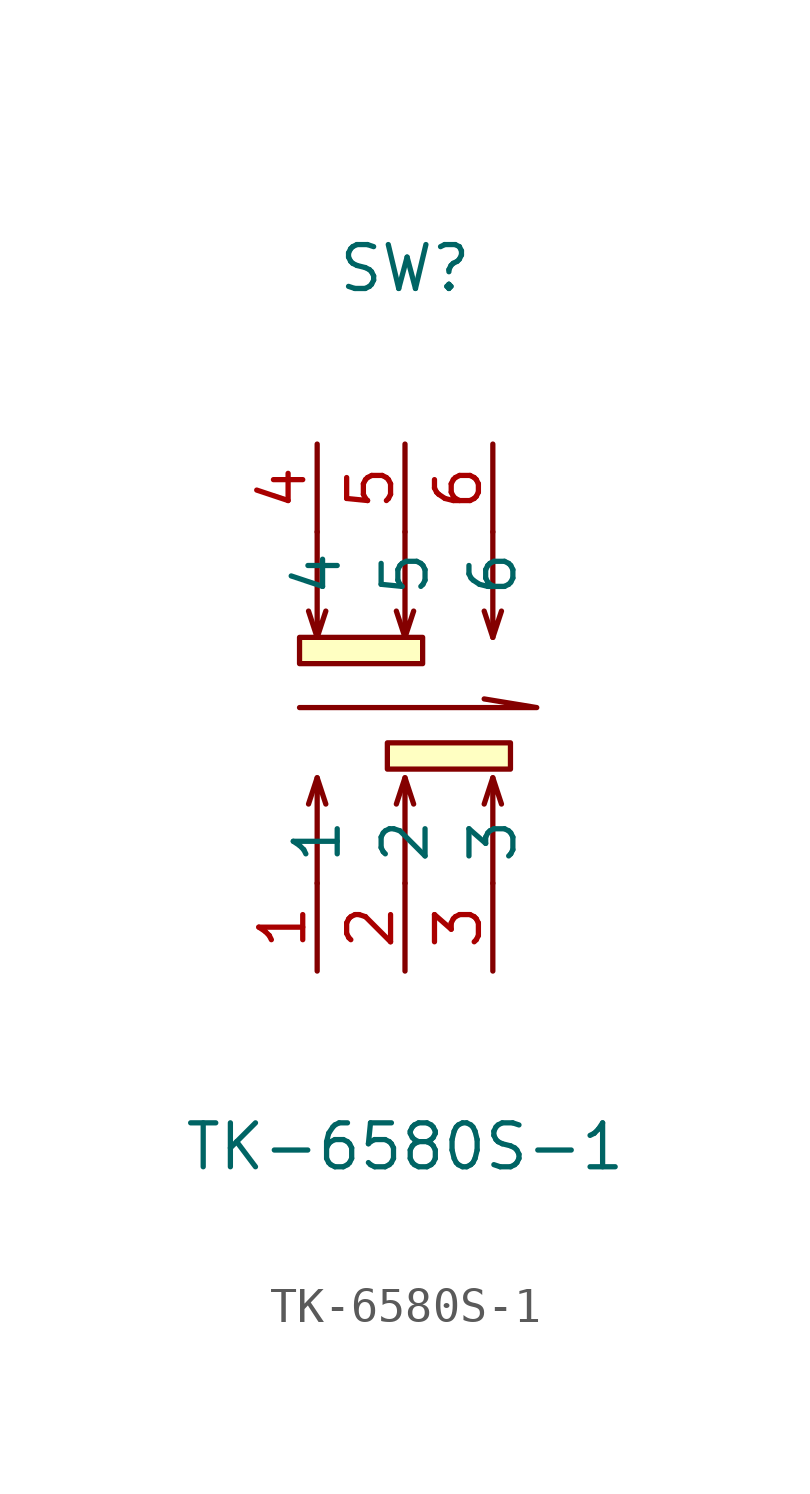
<source format=kicad_sym>
(kicad_symbol_lib
  (version 20220914)
  (generator kicad_symbol_editor)
  (symbol "TK-6580S-1"
    (property "Reference" "SW"
      (at 0 12.7 0)
      (effects (font (size 1.27 1.27))))
    (property "Value" "TK-6580S-1"
      (at 0 -12.7 0)
      (effects (font (size 1.27 1.27))))
    (symbol "TK-6580S-1_0_1"
      (rectangle (start -3.05 2.03) (end 0.51 1.27) (stroke (width 0) (type default)) (fill (type background)))
      (rectangle (start -0.51 -1.02) (end 3.05 -1.78) (stroke (width 0) (type default)) (fill (type background)))
      (polyline (pts (xy -2.54 -2.03) (xy -2.79 -2.79)) (stroke (width 0) (type default)) (fill (type none)))
      (polyline (pts (xy -2.54 2.03) (xy -2.79 2.79)) (stroke (width 0) (type default)) (fill (type none)))
      (polyline (pts (xy 0 -2.03) (xy -0.25 -2.79)) (stroke (width 0) (type default)) (fill (type none)))
      (polyline (pts (xy 0 2.03) (xy -0.25 2.79)) (stroke (width 0) (type default)) (fill (type none)))
      (polyline (pts (xy 2.54 -2.03) (xy 2.29 -2.79)) (stroke (width 0) (type default)) (fill (type none)))
      (polyline (pts (xy 2.54 2.03) (xy 2.29 2.79)) (stroke (width 0) (type default)) (fill (type none)))
      (polyline (pts (xy -3.05 0) (xy 3.81 0) (xy 2.29 0.25)) (stroke (width 0) (type default)) (fill (type none)))
      (polyline (pts (xy -2.54 -5.08) (xy -2.54 -2.03) (xy -2.29 -2.79)) (stroke (width 0) (type default)) (fill (type none)))
      (polyline (pts (xy -2.54 5.08) (xy -2.54 2.03) (xy -2.29 2.79)) (stroke (width 0) (type default)) (fill (type none)))
      (polyline (pts (xy 0 -5.08) (xy 0 -2.03) (xy 0.25 -2.79)) (stroke (width 0) (type default)) (fill (type none)))
      (polyline (pts (xy 0 5.08) (xy 0 2.03) (xy 0.25 2.79)) (stroke (width 0) (type default)) (fill (type none)))
      (polyline (pts (xy 2.54 -5.08) (xy 2.54 -2.03) (xy 2.79 -2.79)) (stroke (width 0) (type default)) (fill (type none)))
      (polyline (pts (xy 2.54 5.08) (xy 2.54 2.03) (xy 2.79 2.79)) (stroke (width 0) (type default)) (fill (type none))))
    (symbol "TK-6580S-1_1_1"
      (pin passive line (at -2.54 -7.62 90) (length 2.54) (name "1" (effects (font (size 1.27 1.27)))) (number "1" (effects (font (size 1.27 1.27)))))
      (pin passive line (at 0 -7.62 90) (length 2.54) (name "2" (effects (font (size 1.27 1.27)))) (number "2" (effects (font (size 1.27 1.27)))))
      (pin passive line (at 2.54 -7.62 90) (length 2.54) (name "3" (effects (font (size 1.27 1.27)))) (number "3" (effects (font (size 1.27 1.27)))))
      (pin passive line (at -2.54 7.62 270) (length 2.54) (name "4" (effects (font (size 1.27 1.27)))) (number "4" (effects (font (size 1.27 1.27)))))
      (pin passive line (at 0 7.62 270) (length 2.54) (name "5" (effects (font (size 1.27 1.27)))) (number "5" (effects (font (size 1.27 1.27)))))
      (pin passive line (at 2.54 7.62 270) (length 2.54) (name "6" (effects (font (size 1.27 1.27)))) (number "6" (effects (font (size 1.27 1.27))))))))
</source>
